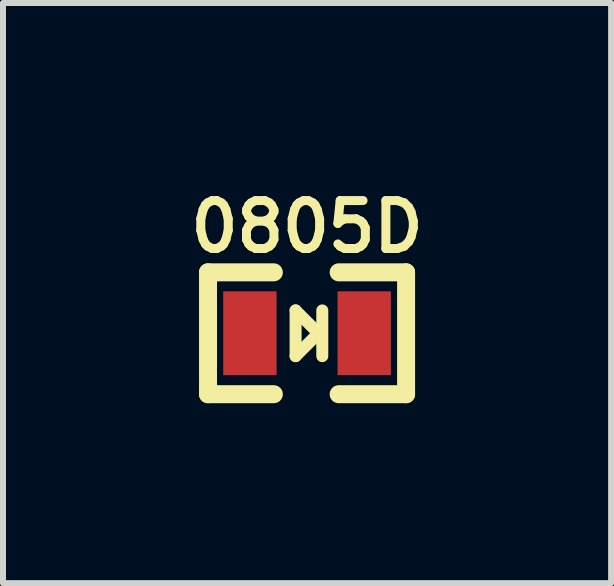
<source format=kicad_pcb>
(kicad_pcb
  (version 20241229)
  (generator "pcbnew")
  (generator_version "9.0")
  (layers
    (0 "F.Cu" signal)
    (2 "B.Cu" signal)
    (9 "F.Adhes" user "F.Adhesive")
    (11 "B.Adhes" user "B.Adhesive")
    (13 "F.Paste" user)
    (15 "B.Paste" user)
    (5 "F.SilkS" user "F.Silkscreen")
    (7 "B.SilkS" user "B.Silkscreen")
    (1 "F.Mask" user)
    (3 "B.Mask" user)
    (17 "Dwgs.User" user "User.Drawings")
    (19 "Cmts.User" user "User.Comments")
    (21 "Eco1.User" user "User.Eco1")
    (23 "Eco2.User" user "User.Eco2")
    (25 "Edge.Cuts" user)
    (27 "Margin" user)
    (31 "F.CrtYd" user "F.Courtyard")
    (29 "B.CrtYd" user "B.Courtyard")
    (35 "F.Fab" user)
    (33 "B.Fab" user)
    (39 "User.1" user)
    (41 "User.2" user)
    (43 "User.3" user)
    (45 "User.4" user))
  (footprint "0805D"
    (layer "F.Cu")
    (at 2.069 2.506)
    (property "Reference" "0805D" (at 0 -1.775 0) (layer "F.SilkS") (effects (font (size 0.8 0.8) (thickness 0.15))))
    (attr smd)
    (fp_line (start -1.651 -1.016) (end -1.651 1.016) (stroke (width 0.3) (type solid)) (layer "F.SilkS"))
    (fp_line (start -1.651 1.016) (end -0.554 1.016) (stroke (width 0.3) (type solid)) (layer "F.SilkS"))
    (fp_line (start -0.554 -1.016) (end -1.651 -1.016) (stroke (width 0.3) (type solid)) (layer "F.SilkS"))
    (fp_line (start -0.191 -0.381) (end -0.191 0.381) (stroke (width 0.2) (type solid)) (layer "F.SilkS"))
    (fp_line (start -0.191 0.381) (end 0.191 0) (stroke (width 0.2) (type solid)) (layer "F.SilkS"))
    (fp_line (start 0.191 0) (end -0.191 -0.381) (stroke (width 0.2) (type solid)) (layer "F.SilkS"))
    (fp_line (start 0.254 -0.381) (end 0.254 0.381) (stroke (width 0.2) (type solid)) (layer "F.SilkS"))
    (fp_line (start 0.527 -1.016) (end 1.651 -1.016) (stroke (width 0.3) (type solid)) (layer "F.SilkS"))
    (fp_line (start 1.651 -1.016) (end 1.651 1.016) (stroke (width 0.3) (type solid)) (layer "F.SilkS"))
    (fp_line (start 1.651 1.016) (end 0.527 1.016) (stroke (width 0.3) (type solid)) (layer "F.SilkS"))
    (pad "1" smd rect (at -0.953 0) (size 0.889 1.397) (layers "F.Cu" "F.Mask" "F.Paste"))
    (pad "2" smd rect (at 0.953 0) (size 0.889 1.397) (layers "F.Cu" "F.Mask" "F.Paste")))
  (gr_rect
    (start -3 -3)
    (end 7.138 6.672)
    (stroke (width 0.1) (type default))
    (fill no)
    (layer "Edge.Cuts")))
</source>
